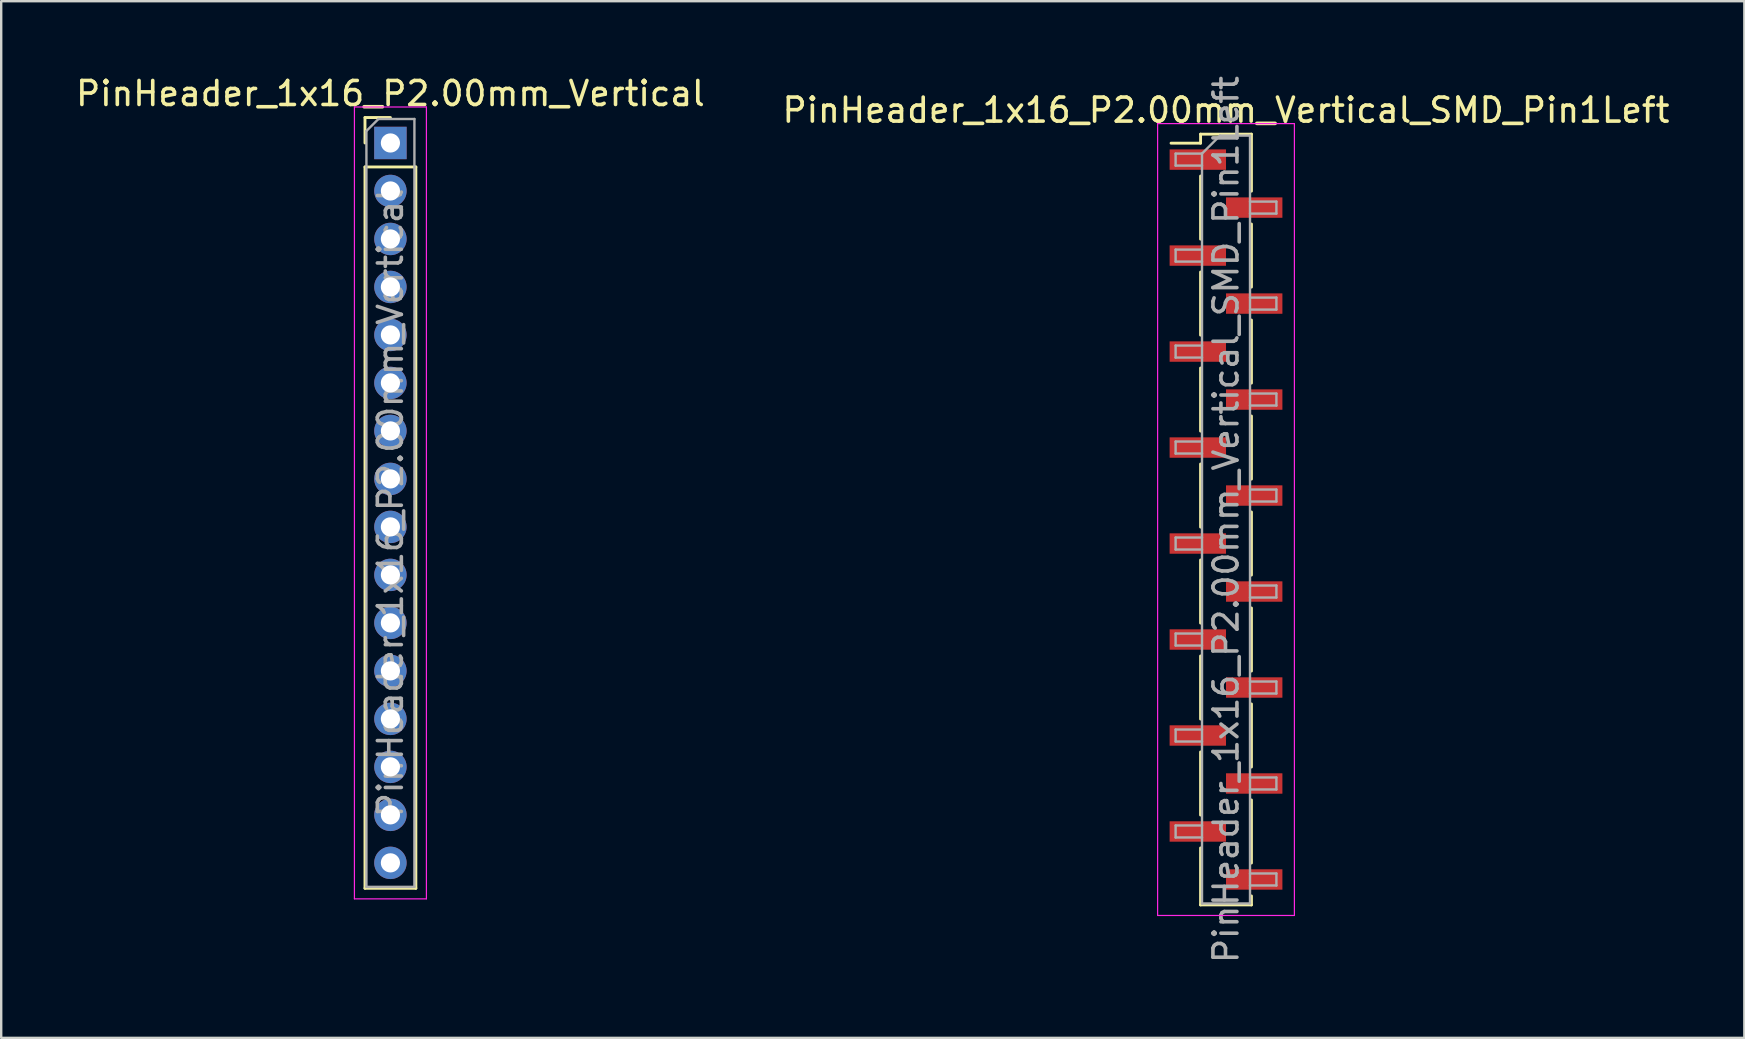
<source format=kicad_pcb>
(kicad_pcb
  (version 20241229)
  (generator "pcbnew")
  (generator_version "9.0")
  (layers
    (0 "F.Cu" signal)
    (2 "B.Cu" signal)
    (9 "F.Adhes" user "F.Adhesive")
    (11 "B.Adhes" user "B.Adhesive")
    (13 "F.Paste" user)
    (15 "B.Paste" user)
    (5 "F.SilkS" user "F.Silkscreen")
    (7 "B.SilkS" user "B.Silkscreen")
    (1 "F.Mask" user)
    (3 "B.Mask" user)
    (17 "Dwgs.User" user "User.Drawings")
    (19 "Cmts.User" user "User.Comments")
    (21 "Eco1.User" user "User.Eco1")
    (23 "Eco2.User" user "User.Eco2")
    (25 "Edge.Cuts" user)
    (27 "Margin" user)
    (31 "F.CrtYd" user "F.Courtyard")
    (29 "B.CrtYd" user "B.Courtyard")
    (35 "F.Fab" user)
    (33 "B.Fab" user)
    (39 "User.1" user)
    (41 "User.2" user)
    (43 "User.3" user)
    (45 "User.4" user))
  (footprint "PinHeader_1x16_P2.00mm_Vertical"
    (layer "F.Cu")
    (at 13.22 2.908)
    (property "Reference" "PinHeader_1x16_P2.00mm_Vertical" (at 0 -2.06 0) (layer "F.SilkS") (effects (font (size 1 1) (thickness 0.15))))
    (attr through_hole)
    (fp_line (start -1.06 -1.06) (end 0 -1.06) (stroke (width 0.12) (type solid)) (layer "F.SilkS"))
    (fp_line (start -1.06 0) (end -1.06 -1.06) (stroke (width 0.12) (type solid)) (layer "F.SilkS"))
    (fp_line (start -1.06 1) (end -1.06 31.06) (stroke (width 0.12) (type solid)) (layer "F.SilkS"))
    (fp_line (start -1.06 1) (end 1.06 1) (stroke (width 0.12) (type solid)) (layer "F.SilkS"))
    (fp_line (start -1.06 31.06) (end 1.06 31.06) (stroke (width 0.12) (type solid)) (layer "F.SilkS"))
    (fp_line (start 1.06 1) (end 1.06 31.06) (stroke (width 0.12) (type solid)) (layer "F.SilkS"))
    (fp_line (start -1.5 -1.5) (end -1.5 31.5) (stroke (width 0.05) (type solid)) (layer "F.CrtYd"))
    (fp_line (start -1.5 31.5) (end 1.5 31.5) (stroke (width 0.05) (type solid)) (layer "F.CrtYd"))
    (fp_line (start 1.5 -1.5) (end -1.5 -1.5) (stroke (width 0.05) (type solid)) (layer "F.CrtYd"))
    (fp_line (start 1.5 31.5) (end 1.5 -1.5) (stroke (width 0.05) (type solid)) (layer "F.CrtYd"))
    (fp_line (start -1 -0.5) (end -0.5 -1) (stroke (width 0.1) (type solid)) (layer "F.Fab"))
    (fp_line (start -1 31) (end -1 -0.5) (stroke (width 0.1) (type solid)) (layer "F.Fab"))
    (fp_line (start -0.5 -1) (end 1 -1) (stroke (width 0.1) (type solid)) (layer "F.Fab"))
    (fp_line (start 1 -1) (end 1 31) (stroke (width 0.1) (type solid)) (layer "F.Fab"))
    (fp_line (start 1 31) (end -1 31) (stroke (width 0.1) (type solid)) (layer "F.Fab"))
    (fp_text user "${REFERENCE}" (at 0 15 90) (layer "F.Fab") (effects (font (size 1 1) (thickness 0.15))))
    (pad "1" thru_hole rect (at 0 0) (size 1.35 1.35) (drill 0.8) (layers "*.Cu" "*.Mask"))
    (pad "2" thru_hole oval (at 0 2) (size 1.35 1.35) (drill 0.8) (layers "*.Cu" "*.Mask"))
    (pad "3" thru_hole oval (at 0 4) (size 1.35 1.35) (drill 0.8) (layers "*.Cu" "*.Mask"))
    (pad "4" thru_hole oval (at 0 6) (size 1.35 1.35) (drill 0.8) (layers "*.Cu" "*.Mask"))
    (pad "5" thru_hole oval (at 0 8) (size 1.35 1.35) (drill 0.8) (layers "*.Cu" "*.Mask"))
    (pad "6" thru_hole oval (at 0 10) (size 1.35 1.35) (drill 0.8) (layers "*.Cu" "*.Mask"))
    (pad "7" thru_hole oval (at 0 12) (size 1.35 1.35) (drill 0.8) (layers "*.Cu" "*.Mask"))
    (pad "8" thru_hole oval (at 0 14) (size 1.35 1.35) (drill 0.8) (layers "*.Cu" "*.Mask"))
    (pad "9" thru_hole oval (at 0 16) (size 1.35 1.35) (drill 0.8) (layers "*.Cu" "*.Mask"))
    (pad "10" thru_hole oval (at 0 18) (size 1.35 1.35) (drill 0.8) (layers "*.Cu" "*.Mask"))
    (pad "11" thru_hole oval (at 0 20) (size 1.35 1.35) (drill 0.8) (layers "*.Cu" "*.Mask"))
    (pad "12" thru_hole oval (at 0 22) (size 1.35 1.35) (drill 0.8) (layers "*.Cu" "*.Mask"))
    (pad "13" thru_hole oval (at 0 24) (size 1.35 1.35) (drill 0.8) (layers "*.Cu" "*.Mask"))
    (pad "14" thru_hole oval (at 0 26) (size 1.35 1.35) (drill 0.8) (layers "*.Cu" "*.Mask"))
    (pad "15" thru_hole oval (at 0 28) (size 1.35 1.35) (drill 0.8) (layers "*.Cu" "*.Mask"))
    (pad "16" thru_hole oval (at 0 30) (size 1.35 1.35) (drill 0.8) (layers "*.Cu" "*.Mask")))
  (footprint "PinHeader_1x16_P2.00mm_Vertical_SMD_Pin1Left"
    (layer "F.Cu")
    (at 48.042 18.601)
    (property "Reference" "PinHeader_1x16_P2.00mm_Vertical_SMD_Pin1Left" (at 0 -17.06 0) (layer "F.SilkS") (effects (font (size 1 1) (thickness 0.15))))
    (attr smd)
    (fp_line (start -1.06 -16.06) (end -1.06 -15.685) (stroke (width 0.12) (type solid)) (layer "F.SilkS"))
    (fp_line (start -1.06 -16.06) (end 1.06 -16.06) (stroke (width 0.12) (type solid)) (layer "F.SilkS"))
    (fp_line (start -1.06 -15.685) (end -2.29 -15.685) (stroke (width 0.12) (type solid)) (layer "F.SilkS"))
    (fp_line (start -1.06 -14.315) (end -1.06 -11.685) (stroke (width 0.12) (type solid)) (layer "F.SilkS"))
    (fp_line (start -1.06 -10.315) (end -1.06 -7.685) (stroke (width 0.12) (type solid)) (layer "F.SilkS"))
    (fp_line (start -1.06 -6.315) (end -1.06 -3.685) (stroke (width 0.12) (type solid)) (layer "F.SilkS"))
    (fp_line (start -1.06 -2.315) (end -1.06 0.315) (stroke (width 0.12) (type solid)) (layer "F.SilkS"))
    (fp_line (start -1.06 1.685) (end -1.06 4.315) (stroke (width 0.12) (type solid)) (layer "F.SilkS"))
    (fp_line (start -1.06 5.685) (end -1.06 8.315) (stroke (width 0.12) (type solid)) (layer "F.SilkS"))
    (fp_line (start -1.06 9.685) (end -1.06 12.315) (stroke (width 0.12) (type solid)) (layer "F.SilkS"))
    (fp_line (start -1.06 13.685) (end -1.06 16.06) (stroke (width 0.12) (type solid)) (layer "F.SilkS"))
    (fp_line (start -1.06 16.06) (end 1.06 16.06) (stroke (width 0.12) (type solid)) (layer "F.SilkS"))
    (fp_line (start 1.06 -16.06) (end 1.06 -13.685) (stroke (width 0.12) (type solid)) (layer "F.SilkS"))
    (fp_line (start 1.06 -12.315) (end 1.06 -9.685) (stroke (width 0.12) (type solid)) (layer "F.SilkS"))
    (fp_line (start 1.06 -8.315) (end 1.06 -5.685) (stroke (width 0.12) (type solid)) (layer "F.SilkS"))
    (fp_line (start 1.06 -4.315) (end 1.06 -1.685) (stroke (width 0.12) (type solid)) (layer "F.SilkS"))
    (fp_line (start 1.06 -0.315) (end 1.06 2.315) (stroke (width 0.12) (type solid)) (layer "F.SilkS"))
    (fp_line (start 1.06 3.685) (end 1.06 6.315) (stroke (width 0.12) (type solid)) (layer "F.SilkS"))
    (fp_line (start 1.06 7.685) (end 1.06 10.315) (stroke (width 0.12) (type solid)) (layer "F.SilkS"))
    (fp_line (start 1.06 11.685) (end 1.06 14.315) (stroke (width 0.12) (type solid)) (layer "F.SilkS"))
    (fp_line (start 1.06 15.685) (end 1.06 16.06) (stroke (width 0.12) (type solid)) (layer "F.SilkS"))
    (fp_line (start -2.85 -16.5) (end -2.85 16.5) (stroke (width 0.05) (type solid)) (layer "F.CrtYd"))
    (fp_line (start -2.85 16.5) (end 2.85 16.5) (stroke (width 0.05) (type solid)) (layer "F.CrtYd"))
    (fp_line (start 2.85 -16.5) (end -2.85 -16.5) (stroke (width 0.05) (type solid)) (layer "F.CrtYd"))
    (fp_line (start 2.85 16.5) (end 2.85 -16.5) (stroke (width 0.05) (type solid)) (layer "F.CrtYd"))
    (fp_line (start -2.1 -15.25) (end -2.1 -14.75) (stroke (width 0.1) (type solid)) (layer "F.Fab"))
    (fp_line (start -2.1 -14.75) (end -1 -14.75) (stroke (width 0.1) (type solid)) (layer "F.Fab"))
    (fp_line (start -2.1 -11.25) (end -2.1 -10.75) (stroke (width 0.1) (type solid)) (layer "F.Fab"))
    (fp_line (start -2.1 -10.75) (end -1 -10.75) (stroke (width 0.1) (type solid)) (layer "F.Fab"))
    (fp_line (start -2.1 -7.25) (end -2.1 -6.75) (stroke (width 0.1) (type solid)) (layer "F.Fab"))
    (fp_line (start -2.1 -6.75) (end -1 -6.75) (stroke (width 0.1) (type solid)) (layer "F.Fab"))
    (fp_line (start -2.1 -3.25) (end -2.1 -2.75) (stroke (width 0.1) (type solid)) (layer "F.Fab"))
    (fp_line (start -2.1 -2.75) (end -1 -2.75) (stroke (width 0.1) (type solid)) (layer "F.Fab"))
    (fp_line (start -2.1 0.75) (end -2.1 1.25) (stroke (width 0.1) (type solid)) (layer "F.Fab"))
    (fp_line (start -2.1 1.25) (end -1 1.25) (stroke (width 0.1) (type solid)) (layer "F.Fab"))
    (fp_line (start -2.1 4.75) (end -2.1 5.25) (stroke (width 0.1) (type solid)) (layer "F.Fab"))
    (fp_line (start -2.1 5.25) (end -1 5.25) (stroke (width 0.1) (type solid)) (layer "F.Fab"))
    (fp_line (start -2.1 8.75) (end -2.1 9.25) (stroke (width 0.1) (type solid)) (layer "F.Fab"))
    (fp_line (start -2.1 9.25) (end -1 9.25) (stroke (width 0.1) (type solid)) (layer "F.Fab"))
    (fp_line (start -2.1 12.75) (end -2.1 13.25) (stroke (width 0.1) (type solid)) (layer "F.Fab"))
    (fp_line (start -2.1 13.25) (end -1 13.25) (stroke (width 0.1) (type solid)) (layer "F.Fab"))
    (fp_line (start -1 -15.25) (end -2.1 -15.25) (stroke (width 0.1) (type solid)) (layer "F.Fab"))
    (fp_line (start -1 -15.25) (end -0.25 -16) (stroke (width 0.1) (type solid)) (layer "F.Fab"))
    (fp_line (start -1 -11.25) (end -2.1 -11.25) (stroke (width 0.1) (type solid)) (layer "F.Fab"))
    (fp_line (start -1 -7.25) (end -2.1 -7.25) (stroke (width 0.1) (type solid)) (layer "F.Fab"))
    (fp_line (start -1 -3.25) (end -2.1 -3.25) (stroke (width 0.1) (type solid)) (layer "F.Fab"))
    (fp_line (start -1 0.75) (end -2.1 0.75) (stroke (width 0.1) (type solid)) (layer "F.Fab"))
    (fp_line (start -1 4.75) (end -2.1 4.75) (stroke (width 0.1) (type solid)) (layer "F.Fab"))
    (fp_line (start -1 8.75) (end -2.1 8.75) (stroke (width 0.1) (type solid)) (layer "F.Fab"))
    (fp_line (start -1 12.75) (end -2.1 12.75) (stroke (width 0.1) (type solid)) (layer "F.Fab"))
    (fp_line (start -1 16) (end -1 -15.25) (stroke (width 0.1) (type solid)) (layer "F.Fab"))
    (fp_line (start -0.25 -16) (end 1 -16) (stroke (width 0.1) (type solid)) (layer "F.Fab"))
    (fp_line (start 1 -16) (end 1 16) (stroke (width 0.1) (type solid)) (layer "F.Fab"))
    (fp_line (start 1 -13.25) (end 2.1 -13.25) (stroke (width 0.1) (type solid)) (layer "F.Fab"))
    (fp_line (start 1 -9.25) (end 2.1 -9.25) (stroke (width 0.1) (type solid)) (layer "F.Fab"))
    (fp_line (start 1 -5.25) (end 2.1 -5.25) (stroke (width 0.1) (type solid)) (layer "F.Fab"))
    (fp_line (start 1 -1.25) (end 2.1 -1.25) (stroke (width 0.1) (type solid)) (layer "F.Fab"))
    (fp_line (start 1 2.75) (end 2.1 2.75) (stroke (width 0.1) (type solid)) (layer "F.Fab"))
    (fp_line (start 1 6.75) (end 2.1 6.75) (stroke (width 0.1) (type solid)) (layer "F.Fab"))
    (fp_line (start 1 10.75) (end 2.1 10.75) (stroke (width 0.1) (type solid)) (layer "F.Fab"))
    (fp_line (start 1 14.75) (end 2.1 14.75) (stroke (width 0.1) (type solid)) (layer "F.Fab"))
    (fp_line (start 1 16) (end -1 16) (stroke (width 0.1) (type solid)) (layer "F.Fab"))
    (fp_line (start 2.1 -13.25) (end 2.1 -12.75) (stroke (width 0.1) (type solid)) (layer "F.Fab"))
    (fp_line (start 2.1 -12.75) (end 1 -12.75) (stroke (width 0.1) (type solid)) (layer "F.Fab"))
    (fp_line (start 2.1 -9.25) (end 2.1 -8.75) (stroke (width 0.1) (type solid)) (layer "F.Fab"))
    (fp_line (start 2.1 -8.75) (end 1 -8.75) (stroke (width 0.1) (type solid)) (layer "F.Fab"))
    (fp_line (start 2.1 -5.25) (end 2.1 -4.75) (stroke (width 0.1) (type solid)) (layer "F.Fab"))
    (fp_line (start 2.1 -4.75) (end 1 -4.75) (stroke (width 0.1) (type solid)) (layer "F.Fab"))
    (fp_line (start 2.1 -1.25) (end 2.1 -0.75) (stroke (width 0.1) (type solid)) (layer "F.Fab"))
    (fp_line (start 2.1 -0.75) (end 1 -0.75) (stroke (width 0.1) (type solid)) (layer "F.Fab"))
    (fp_line (start 2.1 2.75) (end 2.1 3.25) (stroke (width 0.1) (type solid)) (layer "F.Fab"))
    (fp_line (start 2.1 3.25) (end 1 3.25) (stroke (width 0.1) (type solid)) (layer "F.Fab"))
    (fp_line (start 2.1 6.75) (end 2.1 7.25) (stroke (width 0.1) (type solid)) (layer "F.Fab"))
    (fp_line (start 2.1 7.25) (end 1 7.25) (stroke (width 0.1) (type solid)) (layer "F.Fab"))
    (fp_line (start 2.1 10.75) (end 2.1 11.25) (stroke (width 0.1) (type solid)) (layer "F.Fab"))
    (fp_line (start 2.1 11.25) (end 1 11.25) (stroke (width 0.1) (type solid)) (layer "F.Fab"))
    (fp_line (start 2.1 14.75) (end 2.1 15.25) (stroke (width 0.1) (type solid)) (layer "F.Fab"))
    (fp_line (start 2.1 15.25) (end 1 15.25) (stroke (width 0.1) (type solid)) (layer "F.Fab"))
    (fp_text user "${REFERENCE}" (at 0 0 90) (layer "F.Fab") (effects (font (size 1 1) (thickness 0.15))))
    (pad "1" smd rect (at -1.175 -15) (size 2.35 0.85) (layers "F.Cu" "F.Mask" "F.Paste"))
    (pad "2" smd rect (at 1.175 -13) (size 2.35 0.85) (layers "F.Cu" "F.Mask" "F.Paste"))
    (pad "3" smd rect (at -1.175 -11) (size 2.35 0.85) (layers "F.Cu" "F.Mask" "F.Paste"))
    (pad "4" smd rect (at 1.175 -9) (size 2.35 0.85) (layers "F.Cu" "F.Mask" "F.Paste"))
    (pad "5" smd rect (at -1.175 -7) (size 2.35 0.85) (layers "F.Cu" "F.Mask" "F.Paste"))
    (pad "6" smd rect (at 1.175 -5) (size 2.35 0.85) (layers "F.Cu" "F.Mask" "F.Paste"))
    (pad "7" smd rect (at -1.175 -3) (size 2.35 0.85) (layers "F.Cu" "F.Mask" "F.Paste"))
    (pad "8" smd rect (at 1.175 -1) (size 2.35 0.85) (layers "F.Cu" "F.Mask" "F.Paste"))
    (pad "9" smd rect (at -1.175 1) (size 2.35 0.85) (layers "F.Cu" "F.Mask" "F.Paste"))
    (pad "10" smd rect (at 1.175 3) (size 2.35 0.85) (layers "F.Cu" "F.Mask" "F.Paste"))
    (pad "11" smd rect (at -1.175 5) (size 2.35 0.85) (layers "F.Cu" "F.Mask" "F.Paste"))
    (pad "12" smd rect (at 1.175 7) (size 2.35 0.85) (layers "F.Cu" "F.Mask" "F.Paste"))
    (pad "13" smd rect (at -1.175 9) (size 2.35 0.85) (layers "F.Cu" "F.Mask" "F.Paste"))
    (pad "14" smd rect (at 1.175 11) (size 2.35 0.85) (layers "F.Cu" "F.Mask" "F.Paste"))
    (pad "15" smd rect (at -1.175 13) (size 2.35 0.85) (layers "F.Cu" "F.Mask" "F.Paste"))
    (pad "16" smd rect (at 1.175 15) (size 2.35 0.85) (layers "F.Cu" "F.Mask" "F.Paste")))
  (gr_rect
    (start -3 -3)
    (end 69.643 40.202)
    (stroke (width 0.1) (type default))
    (fill no)
    (layer "Edge.Cuts")))
</source>
